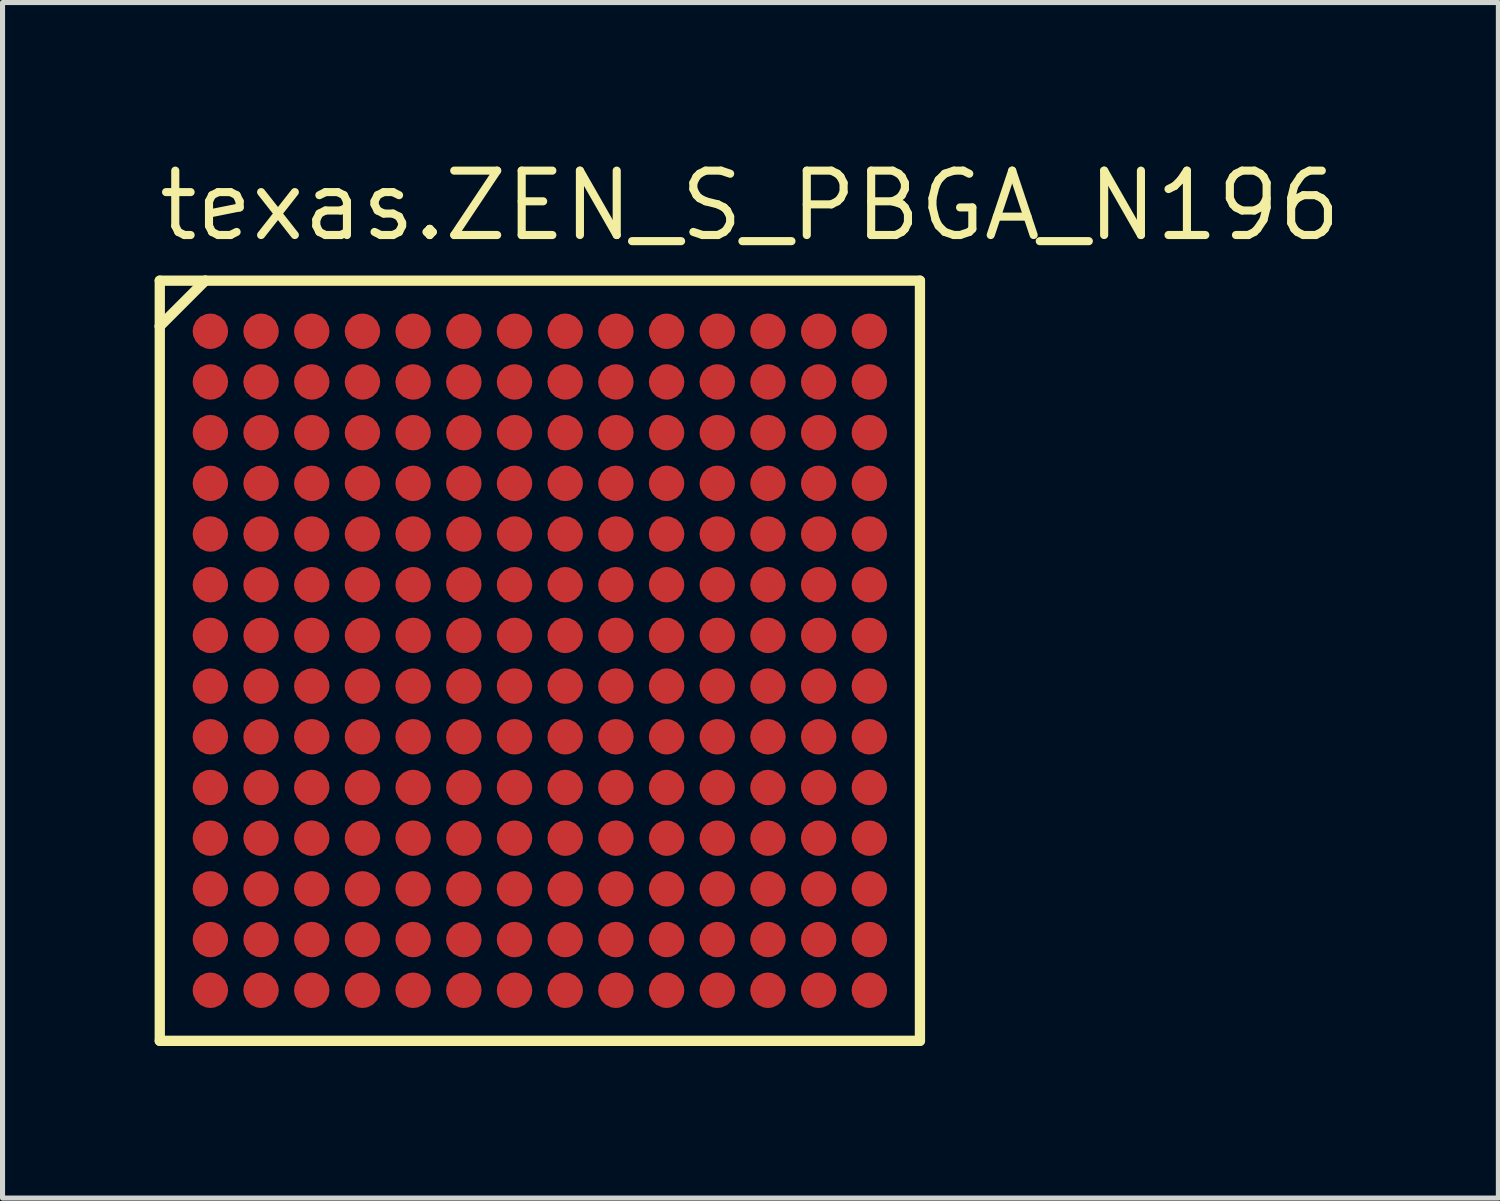
<source format=kicad_pcb>
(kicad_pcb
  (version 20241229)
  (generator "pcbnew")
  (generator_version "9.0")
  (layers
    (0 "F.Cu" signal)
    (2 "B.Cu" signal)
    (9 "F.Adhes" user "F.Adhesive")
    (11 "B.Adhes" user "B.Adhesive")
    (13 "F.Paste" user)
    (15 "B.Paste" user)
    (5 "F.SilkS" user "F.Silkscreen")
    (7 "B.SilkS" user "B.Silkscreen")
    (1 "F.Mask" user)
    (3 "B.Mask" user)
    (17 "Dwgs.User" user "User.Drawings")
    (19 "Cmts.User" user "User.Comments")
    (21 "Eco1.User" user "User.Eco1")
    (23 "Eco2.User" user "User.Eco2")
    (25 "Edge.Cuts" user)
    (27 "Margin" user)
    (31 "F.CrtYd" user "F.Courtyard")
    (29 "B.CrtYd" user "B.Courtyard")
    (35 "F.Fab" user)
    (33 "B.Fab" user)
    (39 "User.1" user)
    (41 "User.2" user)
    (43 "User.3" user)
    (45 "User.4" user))
  (footprint "texas.ZEN_S_PBGA_N196"
    (layer "F.Cu")
    (at 7.6 9.985)
    (property "Reference" "texas.ZEN_S_PBGA_N196" (at -7.6 -8.235 0) (layer "F.SilkS") (effects (font (size 1.27 1.27) (thickness 0.16)) (justify left bottom)))
    (attr smd)
    (fp_circle (center -6.5 -6.5) (end -6.2 -6.5) (stroke (width 0.1) (type default)) (fill no) (layer "F.Mask"))
    (fp_circle (center -6.5 -5.5) (end -6.2 -5.5) (stroke (width 0.1) (type default)) (fill no) (layer "F.Mask"))
    (fp_circle (center -6.5 -4.5) (end -6.2 -4.5) (stroke (width 0.1) (type default)) (fill no) (layer "F.Mask"))
    (fp_circle (center -6.5 -3.5) (end -6.2 -3.5) (stroke (width 0.1) (type default)) (fill no) (layer "F.Mask"))
    (fp_circle (center -6.5 -2.5) (end -6.2 -2.5) (stroke (width 0.1) (type default)) (fill no) (layer "F.Mask"))
    (fp_circle (center -6.5 -1.5) (end -6.2 -1.5) (stroke (width 0.1) (type default)) (fill no) (layer "F.Mask"))
    (fp_circle (center -6.5 -0.5) (end -6.2 -0.5) (stroke (width 0.1) (type default)) (fill no) (layer "F.Mask"))
    (fp_circle (center -6.5 0.5) (end -6.2 0.5) (stroke (width 0.1) (type default)) (fill no) (layer "F.Mask"))
    (fp_circle (center -6.5 1.5) (end -6.2 1.5) (stroke (width 0.1) (type default)) (fill no) (layer "F.Mask"))
    (fp_circle (center -6.5 2.5) (end -6.2 2.5) (stroke (width 0.1) (type default)) (fill no) (layer "F.Mask"))
    (fp_circle (center -6.5 3.5) (end -6.2 3.5) (stroke (width 0.1) (type default)) (fill no) (layer "F.Mask"))
    (fp_circle (center -6.5 4.5) (end -6.2 4.5) (stroke (width 0.1) (type default)) (fill no) (layer "F.Mask"))
    (fp_circle (center -6.5 5.5) (end -6.2 5.5) (stroke (width 0.1) (type default)) (fill no) (layer "F.Mask"))
    (fp_circle (center -6.5 6.5) (end -6.2 6.5) (stroke (width 0.1) (type default)) (fill no) (layer "F.Mask"))
    (fp_circle (center -5.5 -6.5) (end -5.2 -6.5) (stroke (width 0.1) (type default)) (fill no) (layer "F.Mask"))
    (fp_circle (center -5.5 -5.5) (end -5.2 -5.5) (stroke (width 0.1) (type default)) (fill no) (layer "F.Mask"))
    (fp_circle (center -5.5 -4.5) (end -5.2 -4.5) (stroke (width 0.1) (type default)) (fill no) (layer "F.Mask"))
    (fp_circle (center -5.5 -3.5) (end -5.2 -3.5) (stroke (width 0.1) (type default)) (fill no) (layer "F.Mask"))
    (fp_circle (center -5.5 -2.5) (end -5.2 -2.5) (stroke (width 0.1) (type default)) (fill no) (layer "F.Mask"))
    (fp_circle (center -5.5 -1.5) (end -5.2 -1.5) (stroke (width 0.1) (type default)) (fill no) (layer "F.Mask"))
    (fp_circle (center -5.5 -0.5) (end -5.2 -0.5) (stroke (width 0.1) (type default)) (fill no) (layer "F.Mask"))
    (fp_circle (center -5.5 0.5) (end -5.2 0.5) (stroke (width 0.1) (type default)) (fill no) (layer "F.Mask"))
    (fp_circle (center -5.5 1.5) (end -5.2 1.5) (stroke (width 0.1) (type default)) (fill no) (layer "F.Mask"))
    (fp_circle (center -5.5 2.5) (end -5.2 2.5) (stroke (width 0.1) (type default)) (fill no) (layer "F.Mask"))
    (fp_circle (center -5.5 3.5) (end -5.2 3.5) (stroke (width 0.1) (type default)) (fill no) (layer "F.Mask"))
    (fp_circle (center -5.5 4.5) (end -5.2 4.5) (stroke (width 0.1) (type default)) (fill no) (layer "F.Mask"))
    (fp_circle (center -5.5 5.5) (end -5.2 5.5) (stroke (width 0.1) (type default)) (fill no) (layer "F.Mask"))
    (fp_circle (center -5.5 6.5) (end -5.2 6.5) (stroke (width 0.1) (type default)) (fill no) (layer "F.Mask"))
    (fp_circle (center -4.5 -6.5) (end -4.2 -6.5) (stroke (width 0.1) (type default)) (fill no) (layer "F.Mask"))
    (fp_circle (center -4.5 -5.5) (end -4.2 -5.5) (stroke (width 0.1) (type default)) (fill no) (layer "F.Mask"))
    (fp_circle (center -4.5 -4.5) (end -4.2 -4.5) (stroke (width 0.1) (type default)) (fill no) (layer "F.Mask"))
    (fp_circle (center -4.5 -3.5) (end -4.2 -3.5) (stroke (width 0.1) (type default)) (fill no) (layer "F.Mask"))
    (fp_circle (center -4.5 -2.5) (end -4.2 -2.5) (stroke (width 0.1) (type default)) (fill no) (layer "F.Mask"))
    (fp_circle (center -4.5 -1.5) (end -4.2 -1.5) (stroke (width 0.1) (type default)) (fill no) (layer "F.Mask"))
    (fp_circle (center -4.5 -0.5) (end -4.2 -0.5) (stroke (width 0.1) (type default)) (fill no) (layer "F.Mask"))
    (fp_circle (center -4.5 0.5) (end -4.2 0.5) (stroke (width 0.1) (type default)) (fill no) (layer "F.Mask"))
    (fp_circle (center -4.5 1.5) (end -4.2 1.5) (stroke (width 0.1) (type default)) (fill no) (layer "F.Mask"))
    (fp_circle (center -4.5 2.5) (end -4.2 2.5) (stroke (width 0.1) (type default)) (fill no) (layer "F.Mask"))
    (fp_circle (center -4.5 3.5) (end -4.2 3.5) (stroke (width 0.1) (type default)) (fill no) (layer "F.Mask"))
    (fp_circle (center -4.5 4.5) (end -4.2 4.5) (stroke (width 0.1) (type default)) (fill no) (layer "F.Mask"))
    (fp_circle (center -4.5 5.5) (end -4.2 5.5) (stroke (width 0.1) (type default)) (fill no) (layer "F.Mask"))
    (fp_circle (center -4.5 6.5) (end -4.2 6.5) (stroke (width 0.1) (type default)) (fill no) (layer "F.Mask"))
    (fp_circle (center -3.5 -6.5) (end -3.2 -6.5) (stroke (width 0.1) (type default)) (fill no) (layer "F.Mask"))
    (fp_circle (center -3.5 -5.5) (end -3.2 -5.5) (stroke (width 0.1) (type default)) (fill no) (layer "F.Mask"))
    (fp_circle (center -3.5 -4.5) (end -3.2 -4.5) (stroke (width 0.1) (type default)) (fill no) (layer "F.Mask"))
    (fp_circle (center -3.5 -3.5) (end -3.2 -3.5) (stroke (width 0.1) (type default)) (fill no) (layer "F.Mask"))
    (fp_circle (center -3.5 -2.5) (end -3.2 -2.5) (stroke (width 0.1) (type default)) (fill no) (layer "F.Mask"))
    (fp_circle (center -3.5 -1.5) (end -3.2 -1.5) (stroke (width 0.1) (type default)) (fill no) (layer "F.Mask"))
    (fp_circle (center -3.5 -0.5) (end -3.2 -0.5) (stroke (width 0.1) (type default)) (fill no) (layer "F.Mask"))
    (fp_circle (center -3.5 0.5) (end -3.2 0.5) (stroke (width 0.1) (type default)) (fill no) (layer "F.Mask"))
    (fp_circle (center -3.5 1.5) (end -3.2 1.5) (stroke (width 0.1) (type default)) (fill no) (layer "F.Mask"))
    (fp_circle (center -3.5 2.5) (end -3.2 2.5) (stroke (width 0.1) (type default)) (fill no) (layer "F.Mask"))
    (fp_circle (center -3.5 3.5) (end -3.2 3.5) (stroke (width 0.1) (type default)) (fill no) (layer "F.Mask"))
    (fp_circle (center -3.5 4.5) (end -3.2 4.5) (stroke (width 0.1) (type default)) (fill no) (layer "F.Mask"))
    (fp_circle (center -3.5 5.5) (end -3.2 5.5) (stroke (width 0.1) (type default)) (fill no) (layer "F.Mask"))
    (fp_circle (center -3.5 6.5) (end -3.2 6.5) (stroke (width 0.1) (type default)) (fill no) (layer "F.Mask"))
    (fp_circle (center -2.5 -6.5) (end -2.2 -6.5) (stroke (width 0.1) (type default)) (fill no) (layer "F.Mask"))
    (fp_circle (center -2.5 -5.5) (end -2.2 -5.5) (stroke (width 0.1) (type default)) (fill no) (layer "F.Mask"))
    (fp_circle (center -2.5 -4.5) (end -2.2 -4.5) (stroke (width 0.1) (type default)) (fill no) (layer "F.Mask"))
    (fp_circle (center -2.5 -3.5) (end -2.2 -3.5) (stroke (width 0.1) (type default)) (fill no) (layer "F.Mask"))
    (fp_circle (center -2.5 -2.5) (end -2.2 -2.5) (stroke (width 0.1) (type default)) (fill no) (layer "F.Mask"))
    (fp_circle (center -2.5 -1.5) (end -2.2 -1.5) (stroke (width 0.1) (type default)) (fill no) (layer "F.Mask"))
    (fp_circle (center -2.5 -0.5) (end -2.2 -0.5) (stroke (width 0.1) (type default)) (fill no) (layer "F.Mask"))
    (fp_circle (center -2.5 0.5) (end -2.2 0.5) (stroke (width 0.1) (type default)) (fill no) (layer "F.Mask"))
    (fp_circle (center -2.5 1.5) (end -2.2 1.5) (stroke (width 0.1) (type default)) (fill no) (layer "F.Mask"))
    (fp_circle (center -2.5 2.5) (end -2.2 2.5) (stroke (width 0.1) (type default)) (fill no) (layer "F.Mask"))
    (fp_circle (center -2.5 3.5) (end -2.2 3.5) (stroke (width 0.1) (type default)) (fill no) (layer "F.Mask"))
    (fp_circle (center -2.5 4.5) (end -2.2 4.5) (stroke (width 0.1) (type default)) (fill no) (layer "F.Mask"))
    (fp_circle (center -2.5 5.5) (end -2.2 5.5) (stroke (width 0.1) (type default)) (fill no) (layer "F.Mask"))
    (fp_circle (center -2.5 6.5) (end -2.2 6.5) (stroke (width 0.1) (type default)) (fill no) (layer "F.Mask"))
    (fp_circle (center -1.5 -6.5) (end -1.2 -6.5) (stroke (width 0.1) (type default)) (fill no) (layer "F.Mask"))
    (fp_circle (center -1.5 -5.5) (end -1.2 -5.5) (stroke (width 0.1) (type default)) (fill no) (layer "F.Mask"))
    (fp_circle (center -1.5 -4.5) (end -1.2 -4.5) (stroke (width 0.1) (type default)) (fill no) (layer "F.Mask"))
    (fp_circle (center -1.5 -3.5) (end -1.2 -3.5) (stroke (width 0.1) (type default)) (fill no) (layer "F.Mask"))
    (fp_circle (center -1.5 -2.5) (end -1.2 -2.5) (stroke (width 0.1) (type default)) (fill no) (layer "F.Mask"))
    (fp_circle (center -1.5 -1.5) (end -1.2 -1.5) (stroke (width 0.1) (type default)) (fill no) (layer "F.Mask"))
    (fp_circle (center -1.5 -0.5) (end -1.2 -0.5) (stroke (width 0.1) (type default)) (fill no) (layer "F.Mask"))
    (fp_circle (center -1.5 0.5) (end -1.2 0.5) (stroke (width 0.1) (type default)) (fill no) (layer "F.Mask"))
    (fp_circle (center -1.5 1.5) (end -1.2 1.5) (stroke (width 0.1) (type default)) (fill no) (layer "F.Mask"))
    (fp_circle (center -1.5 2.5) (end -1.2 2.5) (stroke (width 0.1) (type default)) (fill no) (layer "F.Mask"))
    (fp_circle (center -1.5 3.5) (end -1.2 3.5) (stroke (width 0.1) (type default)) (fill no) (layer "F.Mask"))
    (fp_circle (center -1.5 4.5) (end -1.2 4.5) (stroke (width 0.1) (type default)) (fill no) (layer "F.Mask"))
    (fp_circle (center -1.5 5.5) (end -1.2 5.5) (stroke (width 0.1) (type default)) (fill no) (layer "F.Mask"))
    (fp_circle (center -1.5 6.5) (end -1.2 6.5) (stroke (width 0.1) (type default)) (fill no) (layer "F.Mask"))
    (fp_circle (center -0.5 -6.5) (end -0.2 -6.5) (stroke (width 0.1) (type default)) (fill no) (layer "F.Mask"))
    (fp_circle (center -0.5 -5.5) (end -0.2 -5.5) (stroke (width 0.1) (type default)) (fill no) (layer "F.Mask"))
    (fp_circle (center -0.5 -4.5) (end -0.2 -4.5) (stroke (width 0.1) (type default)) (fill no) (layer "F.Mask"))
    (fp_circle (center -0.5 -3.5) (end -0.2 -3.5) (stroke (width 0.1) (type default)) (fill no) (layer "F.Mask"))
    (fp_circle (center -0.5 -2.5) (end -0.2 -2.5) (stroke (width 0.1) (type default)) (fill no) (layer "F.Mask"))
    (fp_circle (center -0.5 -1.5) (end -0.2 -1.5) (stroke (width 0.1) (type default)) (fill no) (layer "F.Mask"))
    (fp_circle (center -0.5 -0.5) (end -0.2 -0.5) (stroke (width 0.1) (type default)) (fill no) (layer "F.Mask"))
    (fp_circle (center -0.5 0.5) (end -0.2 0.5) (stroke (width 0.1) (type default)) (fill no) (layer "F.Mask"))
    (fp_circle (center -0.5 1.5) (end -0.2 1.5) (stroke (width 0.1) (type default)) (fill no) (layer "F.Mask"))
    (fp_circle (center -0.5 2.5) (end -0.2 2.5) (stroke (width 0.1) (type default)) (fill no) (layer "F.Mask"))
    (fp_circle (center -0.5 3.5) (end -0.2 3.5) (stroke (width 0.1) (type default)) (fill no) (layer "F.Mask"))
    (fp_circle (center -0.5 4.5) (end -0.2 4.5) (stroke (width 0.1) (type default)) (fill no) (layer "F.Mask"))
    (fp_circle (center -0.5 5.5) (end -0.2 5.5) (stroke (width 0.1) (type default)) (fill no) (layer "F.Mask"))
    (fp_circle (center -0.5 6.5) (end -0.2 6.5) (stroke (width 0.1) (type default)) (fill no) (layer "F.Mask"))
    (fp_circle (center 0.5 -6.5) (end 0.8 -6.5) (stroke (width 0.1) (type default)) (fill no) (layer "F.Mask"))
    (fp_circle (center 0.5 -5.5) (end 0.8 -5.5) (stroke (width 0.1) (type default)) (fill no) (layer "F.Mask"))
    (fp_circle (center 0.5 -4.5) (end 0.8 -4.5) (stroke (width 0.1) (type default)) (fill no) (layer "F.Mask"))
    (fp_circle (center 0.5 -3.5) (end 0.8 -3.5) (stroke (width 0.1) (type default)) (fill no) (layer "F.Mask"))
    (fp_circle (center 0.5 -2.5) (end 0.8 -2.5) (stroke (width 0.1) (type default)) (fill no) (layer "F.Mask"))
    (fp_circle (center 0.5 -1.5) (end 0.8 -1.5) (stroke (width 0.1) (type default)) (fill no) (layer "F.Mask"))
    (fp_circle (center 0.5 -0.5) (end 0.8 -0.5) (stroke (width 0.1) (type default)) (fill no) (layer "F.Mask"))
    (fp_circle (center 0.5 0.5) (end 0.8 0.5) (stroke (width 0.1) (type default)) (fill no) (layer "F.Mask"))
    (fp_circle (center 0.5 1.5) (end 0.8 1.5) (stroke (width 0.1) (type default)) (fill no) (layer "F.Mask"))
    (fp_circle (center 0.5 2.5) (end 0.8 2.5) (stroke (width 0.1) (type default)) (fill no) (layer "F.Mask"))
    (fp_circle (center 0.5 3.5) (end 0.8 3.5) (stroke (width 0.1) (type default)) (fill no) (layer "F.Mask"))
    (fp_circle (center 0.5 4.5) (end 0.8 4.5) (stroke (width 0.1) (type default)) (fill no) (layer "F.Mask"))
    (fp_circle (center 0.5 5.5) (end 0.8 5.5) (stroke (width 0.1) (type default)) (fill no) (layer "F.Mask"))
    (fp_circle (center 0.5 6.5) (end 0.8 6.5) (stroke (width 0.1) (type default)) (fill no) (layer "F.Mask"))
    (fp_circle (center 1.5 -6.5) (end 1.8 -6.5) (stroke (width 0.1) (type default)) (fill no) (layer "F.Mask"))
    (fp_circle (center 1.5 -5.5) (end 1.8 -5.5) (stroke (width 0.1) (type default)) (fill no) (layer "F.Mask"))
    (fp_circle (center 1.5 -4.5) (end 1.8 -4.5) (stroke (width 0.1) (type default)) (fill no) (layer "F.Mask"))
    (fp_circle (center 1.5 -3.5) (end 1.8 -3.5) (stroke (width 0.1) (type default)) (fill no) (layer "F.Mask"))
    (fp_circle (center 1.5 -2.5) (end 1.8 -2.5) (stroke (width 0.1) (type default)) (fill no) (layer "F.Mask"))
    (fp_circle (center 1.5 -1.5) (end 1.8 -1.5) (stroke (width 0.1) (type default)) (fill no) (layer "F.Mask"))
    (fp_circle (center 1.5 -0.5) (end 1.8 -0.5) (stroke (width 0.1) (type default)) (fill no) (layer "F.Mask"))
    (fp_circle (center 1.5 0.5) (end 1.8 0.5) (stroke (width 0.1) (type default)) (fill no) (layer "F.Mask"))
    (fp_circle (center 1.5 1.5) (end 1.8 1.5) (stroke (width 0.1) (type default)) (fill no) (layer "F.Mask"))
    (fp_circle (center 1.5 2.5) (end 1.8 2.5) (stroke (width 0.1) (type default)) (fill no) (layer "F.Mask"))
    (fp_circle (center 1.5 3.5) (end 1.8 3.5) (stroke (width 0.1) (type default)) (fill no) (layer "F.Mask"))
    (fp_circle (center 1.5 4.5) (end 1.8 4.5) (stroke (width 0.1) (type default)) (fill no) (layer "F.Mask"))
    (fp_circle (center 1.5 5.5) (end 1.8 5.5) (stroke (width 0.1) (type default)) (fill no) (layer "F.Mask"))
    (fp_circle (center 1.5 6.5) (end 1.8 6.5) (stroke (width 0.1) (type default)) (fill no) (layer "F.Mask"))
    (fp_circle (center 2.5 -6.5) (end 2.8 -6.5) (stroke (width 0.1) (type default)) (fill no) (layer "F.Mask"))
    (fp_circle (center 2.5 -5.5) (end 2.8 -5.5) (stroke (width 0.1) (type default)) (fill no) (layer "F.Mask"))
    (fp_circle (center 2.5 -4.5) (end 2.8 -4.5) (stroke (width 0.1) (type default)) (fill no) (layer "F.Mask"))
    (fp_circle (center 2.5 -3.5) (end 2.8 -3.5) (stroke (width 0.1) (type default)) (fill no) (layer "F.Mask"))
    (fp_circle (center 2.5 -2.5) (end 2.8 -2.5) (stroke (width 0.1) (type default)) (fill no) (layer "F.Mask"))
    (fp_circle (center 2.5 -1.5) (end 2.8 -1.5) (stroke (width 0.1) (type default)) (fill no) (layer "F.Mask"))
    (fp_circle (center 2.5 -0.5) (end 2.8 -0.5) (stroke (width 0.1) (type default)) (fill no) (layer "F.Mask"))
    (fp_circle (center 2.5 0.5) (end 2.8 0.5) (stroke (width 0.1) (type default)) (fill no) (layer "F.Mask"))
    (fp_circle (center 2.5 1.5) (end 2.8 1.5) (stroke (width 0.1) (type default)) (fill no) (layer "F.Mask"))
    (fp_circle (center 2.5 2.5) (end 2.8 2.5) (stroke (width 0.1) (type default)) (fill no) (layer "F.Mask"))
    (fp_circle (center 2.5 3.5) (end 2.8 3.5) (stroke (width 0.1) (type default)) (fill no) (layer "F.Mask"))
    (fp_circle (center 2.5 4.5) (end 2.8 4.5) (stroke (width 0.1) (type default)) (fill no) (layer "F.Mask"))
    (fp_circle (center 2.5 5.5) (end 2.8 5.5) (stroke (width 0.1) (type default)) (fill no) (layer "F.Mask"))
    (fp_circle (center 2.5 6.5) (end 2.8 6.5) (stroke (width 0.1) (type default)) (fill no) (layer "F.Mask"))
    (fp_circle (center 3.5 -6.5) (end 3.8 -6.5) (stroke (width 0.1) (type default)) (fill no) (layer "F.Mask"))
    (fp_circle (center 3.5 -5.5) (end 3.8 -5.5) (stroke (width 0.1) (type default)) (fill no) (layer "F.Mask"))
    (fp_circle (center 3.5 -4.5) (end 3.8 -4.5) (stroke (width 0.1) (type default)) (fill no) (layer "F.Mask"))
    (fp_circle (center 3.5 -3.5) (end 3.8 -3.5) (stroke (width 0.1) (type default)) (fill no) (layer "F.Mask"))
    (fp_circle (center 3.5 -2.5) (end 3.8 -2.5) (stroke (width 0.1) (type default)) (fill no) (layer "F.Mask"))
    (fp_circle (center 3.5 -1.5) (end 3.8 -1.5) (stroke (width 0.1) (type default)) (fill no) (layer "F.Mask"))
    (fp_circle (center 3.5 -0.5) (end 3.8 -0.5) (stroke (width 0.1) (type default)) (fill no) (layer "F.Mask"))
    (fp_circle (center 3.5 0.5) (end 3.8 0.5) (stroke (width 0.1) (type default)) (fill no) (layer "F.Mask"))
    (fp_circle (center 3.5 1.5) (end 3.8 1.5) (stroke (width 0.1) (type default)) (fill no) (layer "F.Mask"))
    (fp_circle (center 3.5 2.5) (end 3.8 2.5) (stroke (width 0.1) (type default)) (fill no) (layer "F.Mask"))
    (fp_circle (center 3.5 3.5) (end 3.8 3.5) (stroke (width 0.1) (type default)) (fill no) (layer "F.Mask"))
    (fp_circle (center 3.5 4.5) (end 3.8 4.5) (stroke (width 0.1) (type default)) (fill no) (layer "F.Mask"))
    (fp_circle (center 3.5 5.5) (end 3.8 5.5) (stroke (width 0.1) (type default)) (fill no) (layer "F.Mask"))
    (fp_circle (center 3.5 6.5) (end 3.8 6.5) (stroke (width 0.1) (type default)) (fill no) (layer "F.Mask"))
    (fp_circle (center 4.5 -6.5) (end 4.8 -6.5) (stroke (width 0.1) (type default)) (fill no) (layer "F.Mask"))
    (fp_circle (center 4.5 -5.5) (end 4.8 -5.5) (stroke (width 0.1) (type default)) (fill no) (layer "F.Mask"))
    (fp_circle (center 4.5 -4.5) (end 4.8 -4.5) (stroke (width 0.1) (type default)) (fill no) (layer "F.Mask"))
    (fp_circle (center 4.5 -3.5) (end 4.8 -3.5) (stroke (width 0.1) (type default)) (fill no) (layer "F.Mask"))
    (fp_circle (center 4.5 -2.5) (end 4.8 -2.5) (stroke (width 0.1) (type default)) (fill no) (layer "F.Mask"))
    (fp_circle (center 4.5 -1.5) (end 4.8 -1.5) (stroke (width 0.1) (type default)) (fill no) (layer "F.Mask"))
    (fp_circle (center 4.5 -0.5) (end 4.8 -0.5) (stroke (width 0.1) (type default)) (fill no) (layer "F.Mask"))
    (fp_circle (center 4.5 0.5) (end 4.8 0.5) (stroke (width 0.1) (type default)) (fill no) (layer "F.Mask"))
    (fp_circle (center 4.5 1.5) (end 4.8 1.5) (stroke (width 0.1) (type default)) (fill no) (layer "F.Mask"))
    (fp_circle (center 4.5 2.5) (end 4.8 2.5) (stroke (width 0.1) (type default)) (fill no) (layer "F.Mask"))
    (fp_circle (center 4.5 3.5) (end 4.8 3.5) (stroke (width 0.1) (type default)) (fill no) (layer "F.Mask"))
    (fp_circle (center 4.5 4.5) (end 4.8 4.5) (stroke (width 0.1) (type default)) (fill no) (layer "F.Mask"))
    (fp_circle (center 4.5 5.5) (end 4.8 5.5) (stroke (width 0.1) (type default)) (fill no) (layer "F.Mask"))
    (fp_circle (center 4.5 6.5) (end 4.8 6.5) (stroke (width 0.1) (type default)) (fill no) (layer "F.Mask"))
    (fp_circle (center 5.5 -6.5) (end 5.8 -6.5) (stroke (width 0.1) (type default)) (fill no) (layer "F.Mask"))
    (fp_circle (center 5.5 -5.5) (end 5.8 -5.5) (stroke (width 0.1) (type default)) (fill no) (layer "F.Mask"))
    (fp_circle (center 5.5 -4.5) (end 5.8 -4.5) (stroke (width 0.1) (type default)) (fill no) (layer "F.Mask"))
    (fp_circle (center 5.5 -3.5) (end 5.8 -3.5) (stroke (width 0.1) (type default)) (fill no) (layer "F.Mask"))
    (fp_circle (center 5.5 -2.5) (end 5.8 -2.5) (stroke (width 0.1) (type default)) (fill no) (layer "F.Mask"))
    (fp_circle (center 5.5 -1.5) (end 5.8 -1.5) (stroke (width 0.1) (type default)) (fill no) (layer "F.Mask"))
    (fp_circle (center 5.5 -0.5) (end 5.8 -0.5) (stroke (width 0.1) (type default)) (fill no) (layer "F.Mask"))
    (fp_circle (center 5.5 0.5) (end 5.8 0.5) (stroke (width 0.1) (type default)) (fill no) (layer "F.Mask"))
    (fp_circle (center 5.5 1.5) (end 5.8 1.5) (stroke (width 0.1) (type default)) (fill no) (layer "F.Mask"))
    (fp_circle (center 5.5 2.5) (end 5.8 2.5) (stroke (width 0.1) (type default)) (fill no) (layer "F.Mask"))
    (fp_circle (center 5.5 3.5) (end 5.8 3.5) (stroke (width 0.1) (type default)) (fill no) (layer "F.Mask"))
    (fp_circle (center 5.5 4.5) (end 5.8 4.5) (stroke (width 0.1) (type default)) (fill no) (layer "F.Mask"))
    (fp_circle (center 5.5 5.5) (end 5.8 5.5) (stroke (width 0.1) (type default)) (fill no) (layer "F.Mask"))
    (fp_circle (center 5.5 6.5) (end 5.8 6.5) (stroke (width 0.1) (type default)) (fill no) (layer "F.Mask"))
    (fp_circle (center 6.5 -6.5) (end 6.8 -6.5) (stroke (width 0.1) (type default)) (fill no) (layer "F.Mask"))
    (fp_circle (center 6.5 -5.5) (end 6.8 -5.5) (stroke (width 0.1) (type default)) (fill no) (layer "F.Mask"))
    (fp_circle (center 6.5 -4.5) (end 6.8 -4.5) (stroke (width 0.1) (type default)) (fill no) (layer "F.Mask"))
    (fp_circle (center 6.5 -3.5) (end 6.8 -3.5) (stroke (width 0.1) (type default)) (fill no) (layer "F.Mask"))
    (fp_circle (center 6.5 -2.5) (end 6.8 -2.5) (stroke (width 0.1) (type default)) (fill no) (layer "F.Mask"))
    (fp_circle (center 6.5 -1.5) (end 6.8 -1.5) (stroke (width 0.1) (type default)) (fill no) (layer "F.Mask"))
    (fp_circle (center 6.5 -0.5) (end 6.8 -0.5) (stroke (width 0.1) (type default)) (fill no) (layer "F.Mask"))
    (fp_circle (center 6.5 0.5) (end 6.8 0.5) (stroke (width 0.1) (type default)) (fill no) (layer "F.Mask"))
    (fp_circle (center 6.5 1.5) (end 6.8 1.5) (stroke (width 0.1) (type default)) (fill no) (layer "F.Mask"))
    (fp_circle (center 6.5 2.5) (end 6.8 2.5) (stroke (width 0.1) (type default)) (fill no) (layer "F.Mask"))
    (fp_circle (center 6.5 3.5) (end 6.8 3.5) (stroke (width 0.1) (type default)) (fill no) (layer "F.Mask"))
    (fp_circle (center 6.5 4.5) (end 6.8 4.5) (stroke (width 0.1) (type default)) (fill no) (layer "F.Mask"))
    (fp_circle (center 6.5 5.5) (end 6.8 5.5) (stroke (width 0.1) (type default)) (fill no) (layer "F.Mask"))
    (fp_circle (center 6.5 6.5) (end 6.8 6.5) (stroke (width 0.1) (type default)) (fill no) (layer "F.Mask"))
    (fp_line (start -7.498 -7.498) (end -7.498 -6.6) (stroke (width 0.203) (type default)) (layer "F.SilkS"))
    (fp_line (start -7.498 -6.6) (end -7.498 7.498) (stroke (width 0.203) (type default)) (layer "F.SilkS"))
    (fp_line (start -7.498 -6.6) (end -6.6 -7.498) (stroke (width 0.203) (type default)) (layer "F.SilkS"))
    (fp_line (start -7.498 7.498) (end 7.498 7.498) (stroke (width 0.203) (type default)) (layer "F.SilkS"))
    (fp_line (start -6.6 -7.498) (end -7.498 -7.498) (stroke (width 0.203) (type default)) (layer "F.SilkS"))
    (fp_line (start 7.498 -7.498) (end -6.6 -7.498) (stroke (width 0.203) (type default)) (layer "F.SilkS"))
    (fp_line (start 7.498 7.498) (end 7.498 -7.498) (stroke (width 0.203) (type default)) (layer "F.SilkS"))
    (pad "A1" smd roundrect (at -6.5 -6.5) (size 0.7 0.7) (layers "F.Cu" "F.Mask" "F.Paste") (roundrect_rratio 0.5))
    (pad "A2" smd roundrect (at -5.5 -6.5) (size 0.7 0.7) (layers "F.Cu" "F.Mask" "F.Paste") (roundrect_rratio 0.5))
    (pad "A3" smd roundrect (at -4.5 -6.5) (size 0.7 0.7) (layers "F.Cu" "F.Mask" "F.Paste") (roundrect_rratio 0.5))
    (pad "A4" smd roundrect (at -3.5 -6.5) (size 0.7 0.7) (layers "F.Cu" "F.Mask" "F.Paste") (roundrect_rratio 0.5))
    (pad "A5" smd roundrect (at -2.5 -6.5) (size 0.7 0.7) (layers "F.Cu" "F.Mask" "F.Paste") (roundrect_rratio 0.5))
    (pad "A6" smd roundrect (at -1.5 -6.5) (size 0.7 0.7) (layers "F.Cu" "F.Mask" "F.Paste") (roundrect_rratio 0.5))
    (pad "A7" smd roundrect (at -0.5 -6.5) (size 0.7 0.7) (layers "F.Cu" "F.Mask" "F.Paste") (roundrect_rratio 0.5))
    (pad "A8" smd roundrect (at 0.5 -6.5) (size 0.7 0.7) (layers "F.Cu" "F.Mask" "F.Paste") (roundrect_rratio 0.5))
    (pad "A9" smd roundrect (at 1.5 -6.5) (size 0.7 0.7) (layers "F.Cu" "F.Mask" "F.Paste") (roundrect_rratio 0.5))
    (pad "A10" smd roundrect (at 2.5 -6.5) (size 0.7 0.7) (layers "F.Cu" "F.Mask" "F.Paste") (roundrect_rratio 0.5))
    (pad "A11" smd roundrect (at 3.5 -6.5) (size 0.7 0.7) (layers "F.Cu" "F.Mask" "F.Paste") (roundrect_rratio 0.5))
    (pad "A12" smd roundrect (at 4.5 -6.5) (size 0.7 0.7) (layers "F.Cu" "F.Mask" "F.Paste") (roundrect_rratio 0.5))
    (pad "A13" smd roundrect (at 5.5 -6.5) (size 0.7 0.7) (layers "F.Cu" "F.Mask" "F.Paste") (roundrect_rratio 0.5))
    (pad "A14" smd roundrect (at 6.5 -6.5) (size 0.7 0.7) (layers "F.Cu" "F.Mask" "F.Paste") (roundrect_rratio 0.5))
    (pad "B1" smd roundrect (at -6.5 -5.5) (size 0.7 0.7) (layers "F.Cu" "F.Mask" "F.Paste") (roundrect_rratio 0.5))
    (pad "B2" smd roundrect (at -5.5 -5.5) (size 0.7 0.7) (layers "F.Cu" "F.Mask" "F.Paste") (roundrect_rratio 0.5))
    (pad "B3" smd roundrect (at -4.5 -5.5) (size 0.7 0.7) (layers "F.Cu" "F.Mask" "F.Paste") (roundrect_rratio 0.5))
    (pad "B4" smd roundrect (at -3.5 -5.5) (size 0.7 0.7) (layers "F.Cu" "F.Mask" "F.Paste") (roundrect_rratio 0.5))
    (pad "B5" smd roundrect (at -2.5 -5.5) (size 0.7 0.7) (layers "F.Cu" "F.Mask" "F.Paste") (roundrect_rratio 0.5))
    (pad "B6" smd roundrect (at -1.5 -5.5) (size 0.7 0.7) (layers "F.Cu" "F.Mask" "F.Paste") (roundrect_rratio 0.5))
    (pad "B7" smd roundrect (at -0.5 -5.5) (size 0.7 0.7) (layers "F.Cu" "F.Mask" "F.Paste") (roundrect_rratio 0.5))
    (pad "B8" smd roundrect (at 0.5 -5.5) (size 0.7 0.7) (layers "F.Cu" "F.Mask" "F.Paste") (roundrect_rratio 0.5))
    (pad "B9" smd roundrect (at 1.5 -5.5) (size 0.7 0.7) (layers "F.Cu" "F.Mask" "F.Paste") (roundrect_rratio 0.5))
    (pad "B10" smd roundrect (at 2.5 -5.5) (size 0.7 0.7) (layers "F.Cu" "F.Mask" "F.Paste") (roundrect_rratio 0.5))
    (pad "B11" smd roundrect (at 3.5 -5.5) (size 0.7 0.7) (layers "F.Cu" "F.Mask" "F.Paste") (roundrect_rratio 0.5))
    (pad "B12" smd roundrect (at 4.5 -5.5) (size 0.7 0.7) (layers "F.Cu" "F.Mask" "F.Paste") (roundrect_rratio 0.5))
    (pad "B13" smd roundrect (at 5.5 -5.5) (size 0.7 0.7) (layers "F.Cu" "F.Mask" "F.Paste") (roundrect_rratio 0.5))
    (pad "B14" smd roundrect (at 6.5 -5.5) (size 0.7 0.7) (layers "F.Cu" "F.Mask" "F.Paste") (roundrect_rratio 0.5))
    (pad "C1" smd roundrect (at -6.5 -4.5) (size 0.7 0.7) (layers "F.Cu" "F.Mask" "F.Paste") (roundrect_rratio 0.5))
    (pad "C2" smd roundrect (at -5.5 -4.5) (size 0.7 0.7) (layers "F.Cu" "F.Mask" "F.Paste") (roundrect_rratio 0.5))
    (pad "C3" smd roundrect (at -4.5 -4.5) (size 0.7 0.7) (layers "F.Cu" "F.Mask" "F.Paste") (roundrect_rratio 0.5))
    (pad "C4" smd roundrect (at -3.5 -4.5) (size 0.7 0.7) (layers "F.Cu" "F.Mask" "F.Paste") (roundrect_rratio 0.5))
    (pad "C5" smd roundrect (at -2.5 -4.5) (size 0.7 0.7) (layers "F.Cu" "F.Mask" "F.Paste") (roundrect_rratio 0.5))
    (pad "C6" smd roundrect (at -1.5 -4.5) (size 0.7 0.7) (layers "F.Cu" "F.Mask" "F.Paste") (roundrect_rratio 0.5))
    (pad "C7" smd roundrect (at -0.5 -4.5) (size 0.7 0.7) (layers "F.Cu" "F.Mask" "F.Paste") (roundrect_rratio 0.5))
    (pad "C8" smd roundrect (at 0.5 -4.5) (size 0.7 0.7) (layers "F.Cu" "F.Mask" "F.Paste") (roundrect_rratio 0.5))
    (pad "C9" smd roundrect (at 1.5 -4.5) (size 0.7 0.7) (layers "F.Cu" "F.Mask" "F.Paste") (roundrect_rratio 0.5))
    (pad "C10" smd roundrect (at 2.5 -4.5) (size 0.7 0.7) (layers "F.Cu" "F.Mask" "F.Paste") (roundrect_rratio 0.5))
    (pad "C11" smd roundrect (at 3.5 -4.5) (size 0.7 0.7) (layers "F.Cu" "F.Mask" "F.Paste") (roundrect_rratio 0.5))
    (pad "C12" smd roundrect (at 4.5 -4.5) (size 0.7 0.7) (layers "F.Cu" "F.Mask" "F.Paste") (roundrect_rratio 0.5))
    (pad "C13" smd roundrect (at 5.5 -4.5) (size 0.7 0.7) (layers "F.Cu" "F.Mask" "F.Paste") (roundrect_rratio 0.5))
    (pad "C14" smd roundrect (at 6.5 -4.5) (size 0.7 0.7) (layers "F.Cu" "F.Mask" "F.Paste") (roundrect_rratio 0.5))
    (pad "D1" smd roundrect (at -6.5 -3.5) (size 0.7 0.7) (layers "F.Cu" "F.Mask" "F.Paste") (roundrect_rratio 0.5))
    (pad "D2" smd roundrect (at -5.5 -3.5) (size 0.7 0.7) (layers "F.Cu" "F.Mask" "F.Paste") (roundrect_rratio 0.5))
    (pad "D3" smd roundrect (at -4.5 -3.5) (size 0.7 0.7) (layers "F.Cu" "F.Mask" "F.Paste") (roundrect_rratio 0.5))
    (pad "D4" smd roundrect (at -3.5 -3.5) (size 0.7 0.7) (layers "F.Cu" "F.Mask" "F.Paste") (roundrect_rratio 0.5))
    (pad "D5" smd roundrect (at -2.5 -3.5) (size 0.7 0.7) (layers "F.Cu" "F.Mask" "F.Paste") (roundrect_rratio 0.5))
    (pad "D6" smd roundrect (at -1.5 -3.5) (size 0.7 0.7) (layers "F.Cu" "F.Mask" "F.Paste") (roundrect_rratio 0.5))
    (pad "D7" smd roundrect (at -0.5 -3.5) (size 0.7 0.7) (layers "F.Cu" "F.Mask" "F.Paste") (roundrect_rratio 0.5))
    (pad "D8" smd roundrect (at 0.5 -3.5) (size 0.7 0.7) (layers "F.Cu" "F.Mask" "F.Paste") (roundrect_rratio 0.5))
    (pad "D9" smd roundrect (at 1.5 -3.5) (size 0.7 0.7) (layers "F.Cu" "F.Mask" "F.Paste") (roundrect_rratio 0.5))
    (pad "D10" smd roundrect (at 2.5 -3.5) (size 0.7 0.7) (layers "F.Cu" "F.Mask" "F.Paste") (roundrect_rratio 0.5))
    (pad "D11" smd roundrect (at 3.5 -3.5) (size 0.7 0.7) (layers "F.Cu" "F.Mask" "F.Paste") (roundrect_rratio 0.5))
    (pad "D12" smd roundrect (at 4.5 -3.5) (size 0.7 0.7) (layers "F.Cu" "F.Mask" "F.Paste") (roundrect_rratio 0.5))
    (pad "D13" smd roundrect (at 5.5 -3.5) (size 0.7 0.7) (layers "F.Cu" "F.Mask" "F.Paste") (roundrect_rratio 0.5))
    (pad "D14" smd roundrect (at 6.5 -3.5) (size 0.7 0.7) (layers "F.Cu" "F.Mask" "F.Paste") (roundrect_rratio 0.5))
    (pad "E1" smd roundrect (at -6.5 -2.5) (size 0.7 0.7) (layers "F.Cu" "F.Mask" "F.Paste") (roundrect_rratio 0.5))
    (pad "E2" smd roundrect (at -5.5 -2.5) (size 0.7 0.7) (layers "F.Cu" "F.Mask" "F.Paste") (roundrect_rratio 0.5))
    (pad "E3" smd roundrect (at -4.5 -2.5) (size 0.7 0.7) (layers "F.Cu" "F.Mask" "F.Paste") (roundrect_rratio 0.5))
    (pad "E4" smd roundrect (at -3.5 -2.5) (size 0.7 0.7) (layers "F.Cu" "F.Mask" "F.Paste") (roundrect_rratio 0.5))
    (pad "E5" smd roundrect (at -2.5 -2.5) (size 0.7 0.7) (layers "F.Cu" "F.Mask" "F.Paste") (roundrect_rratio 0.5))
    (pad "E6" smd roundrect (at -1.5 -2.5) (size 0.7 0.7) (layers "F.Cu" "F.Mask" "F.Paste") (roundrect_rratio 0.5))
    (pad "E7" smd roundrect (at -0.5 -2.5) (size 0.7 0.7) (layers "F.Cu" "F.Mask" "F.Paste") (roundrect_rratio 0.5))
    (pad "E8" smd roundrect (at 0.5 -2.5) (size 0.7 0.7) (layers "F.Cu" "F.Mask" "F.Paste") (roundrect_rratio 0.5))
    (pad "E9" smd roundrect (at 1.5 -2.5) (size 0.7 0.7) (layers "F.Cu" "F.Mask" "F.Paste") (roundrect_rratio 0.5))
    (pad "E10" smd roundrect (at 2.5 -2.5) (size 0.7 0.7) (layers "F.Cu" "F.Mask" "F.Paste") (roundrect_rratio 0.5))
    (pad "E11" smd roundrect (at 3.5 -2.5) (size 0.7 0.7) (layers "F.Cu" "F.Mask" "F.Paste") (roundrect_rratio 0.5))
    (pad "E12" smd roundrect (at 4.5 -2.5) (size 0.7 0.7) (layers "F.Cu" "F.Mask" "F.Paste") (roundrect_rratio 0.5))
    (pad "E13" smd roundrect (at 5.5 -2.5) (size 0.7 0.7) (layers "F.Cu" "F.Mask" "F.Paste") (roundrect_rratio 0.5))
    (pad "E14" smd roundrect (at 6.5 -2.5) (size 0.7 0.7) (layers "F.Cu" "F.Mask" "F.Paste") (roundrect_rratio 0.5))
    (pad "F1" smd roundrect (at -6.5 -1.5) (size 0.7 0.7) (layers "F.Cu" "F.Mask" "F.Paste") (roundrect_rratio 0.5))
    (pad "F2" smd roundrect (at -5.5 -1.5) (size 0.7 0.7) (layers "F.Cu" "F.Mask" "F.Paste") (roundrect_rratio 0.5))
    (pad "F3" smd roundrect (at -4.5 -1.5) (size 0.7 0.7) (layers "F.Cu" "F.Mask" "F.Paste") (roundrect_rratio 0.5))
    (pad "F4" smd roundrect (at -3.5 -1.5) (size 0.7 0.7) (layers "F.Cu" "F.Mask" "F.Paste") (roundrect_rratio 0.5))
    (pad "F5" smd roundrect (at -2.5 -1.5) (size 0.7 0.7) (layers "F.Cu" "F.Mask" "F.Paste") (roundrect_rratio 0.5))
    (pad "F6" smd roundrect (at -1.5 -1.5) (size 0.7 0.7) (layers "F.Cu" "F.Mask" "F.Paste") (roundrect_rratio 0.5))
    (pad "F7" smd roundrect (at -0.5 -1.5) (size 0.7 0.7) (layers "F.Cu" "F.Mask" "F.Paste") (roundrect_rratio 0.5))
    (pad "F8" smd roundrect (at 0.5 -1.5) (size 0.7 0.7) (layers "F.Cu" "F.Mask" "F.Paste") (roundrect_rratio 0.5))
    (pad "F9" smd roundrect (at 1.5 -1.5) (size 0.7 0.7) (layers "F.Cu" "F.Mask" "F.Paste") (roundrect_rratio 0.5))
    (pad "F10" smd roundrect (at 2.5 -1.5) (size 0.7 0.7) (layers "F.Cu" "F.Mask" "F.Paste") (roundrect_rratio 0.5))
    (pad "F11" smd roundrect (at 3.5 -1.5) (size 0.7 0.7) (layers "F.Cu" "F.Mask" "F.Paste") (roundrect_rratio 0.5))
    (pad "F12" smd roundrect (at 4.5 -1.5) (size 0.7 0.7) (layers "F.Cu" "F.Mask" "F.Paste") (roundrect_rratio 0.5))
    (pad "F13" smd roundrect (at 5.5 -1.5) (size 0.7 0.7) (layers "F.Cu" "F.Mask" "F.Paste") (roundrect_rratio 0.5))
    (pad "F14" smd roundrect (at 6.5 -1.5) (size 0.7 0.7) (layers "F.Cu" "F.Mask" "F.Paste") (roundrect_rratio 0.5))
    (pad "G1" smd roundrect (at -6.5 -0.5) (size 0.7 0.7) (layers "F.Cu" "F.Mask" "F.Paste") (roundrect_rratio 0.5))
    (pad "G2" smd roundrect (at -5.5 -0.5) (size 0.7 0.7) (layers "F.Cu" "F.Mask" "F.Paste") (roundrect_rratio 0.5))
    (pad "G3" smd roundrect (at -4.5 -0.5) (size 0.7 0.7) (layers "F.Cu" "F.Mask" "F.Paste") (roundrect_rratio 0.5))
    (pad "G4" smd roundrect (at -3.5 -0.5) (size 0.7 0.7) (layers "F.Cu" "F.Mask" "F.Paste") (roundrect_rratio 0.5))
    (pad "G5" smd roundrect (at -2.5 -0.5) (size 0.7 0.7) (layers "F.Cu" "F.Mask" "F.Paste") (roundrect_rratio 0.5))
    (pad "G6" smd roundrect (at -1.5 -0.5) (size 0.7 0.7) (layers "F.Cu" "F.Mask" "F.Paste") (roundrect_rratio 0.5))
    (pad "G7" smd roundrect (at -0.5 -0.5) (size 0.7 0.7) (layers "F.Cu" "F.Mask" "F.Paste") (roundrect_rratio 0.5))
    (pad "G8" smd roundrect (at 0.5 -0.5) (size 0.7 0.7) (layers "F.Cu" "F.Mask" "F.Paste") (roundrect_rratio 0.5))
    (pad "G9" smd roundrect (at 1.5 -0.5) (size 0.7 0.7) (layers "F.Cu" "F.Mask" "F.Paste") (roundrect_rratio 0.5))
    (pad "G10" smd roundrect (at 2.5 -0.5) (size 0.7 0.7) (layers "F.Cu" "F.Mask" "F.Paste") (roundrect_rratio 0.5))
    (pad "G11" smd roundrect (at 3.5 -0.5) (size 0.7 0.7) (layers "F.Cu" "F.Mask" "F.Paste") (roundrect_rratio 0.5))
    (pad "G12" smd roundrect (at 4.5 -0.5) (size 0.7 0.7) (layers "F.Cu" "F.Mask" "F.Paste") (roundrect_rratio 0.5))
    (pad "G13" smd roundrect (at 5.5 -0.5) (size 0.7 0.7) (layers "F.Cu" "F.Mask" "F.Paste") (roundrect_rratio 0.5))
    (pad "G14" smd roundrect (at 6.5 -0.5) (size 0.7 0.7) (layers "F.Cu" "F.Mask" "F.Paste") (roundrect_rratio 0.5))
    (pad "H1" smd roundrect (at -6.5 0.5) (size 0.7 0.7) (layers "F.Cu" "F.Mask" "F.Paste") (roundrect_rratio 0.5))
    (pad "H2" smd roundrect (at -5.5 0.5) (size 0.7 0.7) (layers "F.Cu" "F.Mask" "F.Paste") (roundrect_rratio 0.5))
    (pad "H3" smd roundrect (at -4.5 0.5) (size 0.7 0.7) (layers "F.Cu" "F.Mask" "F.Paste") (roundrect_rratio 0.5))
    (pad "H4" smd roundrect (at -3.5 0.5) (size 0.7 0.7) (layers "F.Cu" "F.Mask" "F.Paste") (roundrect_rratio 0.5))
    (pad "H5" smd roundrect (at -2.5 0.5) (size 0.7 0.7) (layers "F.Cu" "F.Mask" "F.Paste") (roundrect_rratio 0.5))
    (pad "H6" smd roundrect (at -1.5 0.5) (size 0.7 0.7) (layers "F.Cu" "F.Mask" "F.Paste") (roundrect_rratio 0.5))
    (pad "H7" smd roundrect (at -0.5 0.5) (size 0.7 0.7) (layers "F.Cu" "F.Mask" "F.Paste") (roundrect_rratio 0.5))
    (pad "H8" smd roundrect (at 0.5 0.5) (size 0.7 0.7) (layers "F.Cu" "F.Mask" "F.Paste") (roundrect_rratio 0.5))
    (pad "H9" smd roundrect (at 1.5 0.5) (size 0.7 0.7) (layers "F.Cu" "F.Mask" "F.Paste") (roundrect_rratio 0.5))
    (pad "H10" smd roundrect (at 2.5 0.5) (size 0.7 0.7) (layers "F.Cu" "F.Mask" "F.Paste") (roundrect_rratio 0.5))
    (pad "H11" smd roundrect (at 3.5 0.5) (size 0.7 0.7) (layers "F.Cu" "F.Mask" "F.Paste") (roundrect_rratio 0.5))
    (pad "H12" smd roundrect (at 4.5 0.5) (size 0.7 0.7) (layers "F.Cu" "F.Mask" "F.Paste") (roundrect_rratio 0.5))
    (pad "H13" smd roundrect (at 5.5 0.5) (size 0.7 0.7) (layers "F.Cu" "F.Mask" "F.Paste") (roundrect_rratio 0.5))
    (pad "H14" smd roundrect (at 6.5 0.5) (size 0.7 0.7) (layers "F.Cu" "F.Mask" "F.Paste") (roundrect_rratio 0.5))
    (pad "J1" smd roundrect (at -6.5 1.5) (size 0.7 0.7) (layers "F.Cu" "F.Mask" "F.Paste") (roundrect_rratio 0.5))
    (pad "J2" smd roundrect (at -5.5 1.5) (size 0.7 0.7) (layers "F.Cu" "F.Mask" "F.Paste") (roundrect_rratio 0.5))
    (pad "J3" smd roundrect (at -4.5 1.5) (size 0.7 0.7) (layers "F.Cu" "F.Mask" "F.Paste") (roundrect_rratio 0.5))
    (pad "J4" smd roundrect (at -3.5 1.5) (size 0.7 0.7) (layers "F.Cu" "F.Mask" "F.Paste") (roundrect_rratio 0.5))
    (pad "J5" smd roundrect (at -2.5 1.5) (size 0.7 0.7) (layers "F.Cu" "F.Mask" "F.Paste") (roundrect_rratio 0.5))
    (pad "J6" smd roundrect (at -1.5 1.5) (size 0.7 0.7) (layers "F.Cu" "F.Mask" "F.Paste") (roundrect_rratio 0.5))
    (pad "J7" smd roundrect (at -0.5 1.5) (size 0.7 0.7) (layers "F.Cu" "F.Mask" "F.Paste") (roundrect_rratio 0.5))
    (pad "J8" smd roundrect (at 0.5 1.5) (size 0.7 0.7) (layers "F.Cu" "F.Mask" "F.Paste") (roundrect_rratio 0.5))
    (pad "J9" smd roundrect (at 1.5 1.5) (size 0.7 0.7) (layers "F.Cu" "F.Mask" "F.Paste") (roundrect_rratio 0.5))
    (pad "J10" smd roundrect (at 2.5 1.5) (size 0.7 0.7) (layers "F.Cu" "F.Mask" "F.Paste") (roundrect_rratio 0.5))
    (pad "J11" smd roundrect (at 3.5 1.5) (size 0.7 0.7) (layers "F.Cu" "F.Mask" "F.Paste") (roundrect_rratio 0.5))
    (pad "J12" smd roundrect (at 4.5 1.5) (size 0.7 0.7) (layers "F.Cu" "F.Mask" "F.Paste") (roundrect_rratio 0.5))
    (pad "J13" smd roundrect (at 5.5 1.5) (size 0.7 0.7) (layers "F.Cu" "F.Mask" "F.Paste") (roundrect_rratio 0.5))
    (pad "J14" smd roundrect (at 6.5 1.5) (size 0.7 0.7) (layers "F.Cu" "F.Mask" "F.Paste") (roundrect_rratio 0.5))
    (pad "K1" smd roundrect (at -6.5 2.5) (size 0.7 0.7) (layers "F.Cu" "F.Mask" "F.Paste") (roundrect_rratio 0.5))
    (pad "K2" smd roundrect (at -5.5 2.5) (size 0.7 0.7) (layers "F.Cu" "F.Mask" "F.Paste") (roundrect_rratio 0.5))
    (pad "K3" smd roundrect (at -4.5 2.5) (size 0.7 0.7) (layers "F.Cu" "F.Mask" "F.Paste") (roundrect_rratio 0.5))
    (pad "K4" smd roundrect (at -3.5 2.5) (size 0.7 0.7) (layers "F.Cu" "F.Mask" "F.Paste") (roundrect_rratio 0.5))
    (pad "K5" smd roundrect (at -2.5 2.5) (size 0.7 0.7) (layers "F.Cu" "F.Mask" "F.Paste") (roundrect_rratio 0.5))
    (pad "K6" smd roundrect (at -1.5 2.5) (size 0.7 0.7) (layers "F.Cu" "F.Mask" "F.Paste") (roundrect_rratio 0.5))
    (pad "K7" smd roundrect (at -0.5 2.5) (size 0.7 0.7) (layers "F.Cu" "F.Mask" "F.Paste") (roundrect_rratio 0.5))
    (pad "K8" smd roundrect (at 0.5 2.5) (size 0.7 0.7) (layers "F.Cu" "F.Mask" "F.Paste") (roundrect_rratio 0.5))
    (pad "K9" smd roundrect (at 1.5 2.5) (size 0.7 0.7) (layers "F.Cu" "F.Mask" "F.Paste") (roundrect_rratio 0.5))
    (pad "K10" smd roundrect (at 2.5 2.5) (size 0.7 0.7) (layers "F.Cu" "F.Mask" "F.Paste") (roundrect_rratio 0.5))
    (pad "K11" smd roundrect (at 3.5 2.5) (size 0.7 0.7) (layers "F.Cu" "F.Mask" "F.Paste") (roundrect_rratio 0.5))
    (pad "K12" smd roundrect (at 4.5 2.5) (size 0.7 0.7) (layers "F.Cu" "F.Mask" "F.Paste") (roundrect_rratio 0.5))
    (pad "K13" smd roundrect (at 5.5 2.5) (size 0.7 0.7) (layers "F.Cu" "F.Mask" "F.Paste") (roundrect_rratio 0.5))
    (pad "K14" smd roundrect (at 6.5 2.5) (size 0.7 0.7) (layers "F.Cu" "F.Mask" "F.Paste") (roundrect_rratio 0.5))
    (pad "L1" smd roundrect (at -6.5 3.5) (size 0.7 0.7) (layers "F.Cu" "F.Mask" "F.Paste") (roundrect_rratio 0.5))
    (pad "L2" smd roundrect (at -5.5 3.5) (size 0.7 0.7) (layers "F.Cu" "F.Mask" "F.Paste") (roundrect_rratio 0.5))
    (pad "L3" smd roundrect (at -4.5 3.5) (size 0.7 0.7) (layers "F.Cu" "F.Mask" "F.Paste") (roundrect_rratio 0.5))
    (pad "L4" smd roundrect (at -3.5 3.5) (size 0.7 0.7) (layers "F.Cu" "F.Mask" "F.Paste") (roundrect_rratio 0.5))
    (pad "L5" smd roundrect (at -2.5 3.5) (size 0.7 0.7) (layers "F.Cu" "F.Mask" "F.Paste") (roundrect_rratio 0.5))
    (pad "L6" smd roundrect (at -1.5 3.5) (size 0.7 0.7) (layers "F.Cu" "F.Mask" "F.Paste") (roundrect_rratio 0.5))
    (pad "L7" smd roundrect (at -0.5 3.5) (size 0.7 0.7) (layers "F.Cu" "F.Mask" "F.Paste") (roundrect_rratio 0.5))
    (pad "L8" smd roundrect (at 0.5 3.5) (size 0.7 0.7) (layers "F.Cu" "F.Mask" "F.Paste") (roundrect_rratio 0.5))
    (pad "L9" smd roundrect (at 1.5 3.5) (size 0.7 0.7) (layers "F.Cu" "F.Mask" "F.Paste") (roundrect_rratio 0.5))
    (pad "L10" smd roundrect (at 2.5 3.5) (size 0.7 0.7) (layers "F.Cu" "F.Mask" "F.Paste") (roundrect_rratio 0.5))
    (pad "L11" smd roundrect (at 3.5 3.5) (size 0.7 0.7) (layers "F.Cu" "F.Mask" "F.Paste") (roundrect_rratio 0.5))
    (pad "L12" smd roundrect (at 4.5 3.5) (size 0.7 0.7) (layers "F.Cu" "F.Mask" "F.Paste") (roundrect_rratio 0.5))
    (pad "L13" smd roundrect (at 5.5 3.5) (size 0.7 0.7) (layers "F.Cu" "F.Mask" "F.Paste") (roundrect_rratio 0.5))
    (pad "L14" smd roundrect (at 6.5 3.5) (size 0.7 0.7) (layers "F.Cu" "F.Mask" "F.Paste") (roundrect_rratio 0.5))
    (pad "M1" smd roundrect (at -6.5 4.5) (size 0.7 0.7) (layers "F.Cu" "F.Mask" "F.Paste") (roundrect_rratio 0.5))
    (pad "M2" smd roundrect (at -5.5 4.5) (size 0.7 0.7) (layers "F.Cu" "F.Mask" "F.Paste") (roundrect_rratio 0.5))
    (pad "M3" smd roundrect (at -4.5 4.5) (size 0.7 0.7) (layers "F.Cu" "F.Mask" "F.Paste") (roundrect_rratio 0.5))
    (pad "M4" smd roundrect (at -3.5 4.5) (size 0.7 0.7) (layers "F.Cu" "F.Mask" "F.Paste") (roundrect_rratio 0.5))
    (pad "M5" smd roundrect (at -2.5 4.5) (size 0.7 0.7) (layers "F.Cu" "F.Mask" "F.Paste") (roundrect_rratio 0.5))
    (pad "M6" smd roundrect (at -1.5 4.5) (size 0.7 0.7) (layers "F.Cu" "F.Mask" "F.Paste") (roundrect_rratio 0.5))
    (pad "M7" smd roundrect (at -0.5 4.5) (size 0.7 0.7) (layers "F.Cu" "F.Mask" "F.Paste") (roundrect_rratio 0.5))
    (pad "M8" smd roundrect (at 0.5 4.5) (size 0.7 0.7) (layers "F.Cu" "F.Mask" "F.Paste") (roundrect_rratio 0.5))
    (pad "M9" smd roundrect (at 1.5 4.5) (size 0.7 0.7) (layers "F.Cu" "F.Mask" "F.Paste") (roundrect_rratio 0.5))
    (pad "M10" smd roundrect (at 2.5 4.5) (size 0.7 0.7) (layers "F.Cu" "F.Mask" "F.Paste") (roundrect_rratio 0.5))
    (pad "M11" smd roundrect (at 3.5 4.5) (size 0.7 0.7) (layers "F.Cu" "F.Mask" "F.Paste") (roundrect_rratio 0.5))
    (pad "M12" smd roundrect (at 4.5 4.5) (size 0.7 0.7) (layers "F.Cu" "F.Mask" "F.Paste") (roundrect_rratio 0.5))
    (pad "M13" smd roundrect (at 5.5 4.5) (size 0.7 0.7) (layers "F.Cu" "F.Mask" "F.Paste") (roundrect_rratio 0.5))
    (pad "M14" smd roundrect (at 6.5 4.5) (size 0.7 0.7) (layers "F.Cu" "F.Mask" "F.Paste") (roundrect_rratio 0.5))
    (pad "N1" smd roundrect (at -6.5 5.5) (size 0.7 0.7) (layers "F.Cu" "F.Mask" "F.Paste") (roundrect_rratio 0.5))
    (pad "N2" smd roundrect (at -5.5 5.5) (size 0.7 0.7) (layers "F.Cu" "F.Mask" "F.Paste") (roundrect_rratio 0.5))
    (pad "N3" smd roundrect (at -4.5 5.5) (size 0.7 0.7) (layers "F.Cu" "F.Mask" "F.Paste") (roundrect_rratio 0.5))
    (pad "N4" smd roundrect (at -3.5 5.5) (size 0.7 0.7) (layers "F.Cu" "F.Mask" "F.Paste") (roundrect_rratio 0.5))
    (pad "N5" smd roundrect (at -2.5 5.5) (size 0.7 0.7) (layers "F.Cu" "F.Mask" "F.Paste") (roundrect_rratio 0.5))
    (pad "N6" smd roundrect (at -1.5 5.5) (size 0.7 0.7) (layers "F.Cu" "F.Mask" "F.Paste") (roundrect_rratio 0.5))
    (pad "N7" smd roundrect (at -0.5 5.5) (size 0.7 0.7) (layers "F.Cu" "F.Mask" "F.Paste") (roundrect_rratio 0.5))
    (pad "N8" smd roundrect (at 0.5 5.5) (size 0.7 0.7) (layers "F.Cu" "F.Mask" "F.Paste") (roundrect_rratio 0.5))
    (pad "N9" smd roundrect (at 1.5 5.5) (size 0.7 0.7) (layers "F.Cu" "F.Mask" "F.Paste") (roundrect_rratio 0.5))
    (pad "N10" smd roundrect (at 2.5 5.5) (size 0.7 0.7) (layers "F.Cu" "F.Mask" "F.Paste") (roundrect_rratio 0.5))
    (pad "N11" smd roundrect (at 3.5 5.5) (size 0.7 0.7) (layers "F.Cu" "F.Mask" "F.Paste") (roundrect_rratio 0.5))
    (pad "N12" smd roundrect (at 4.5 5.5) (size 0.7 0.7) (layers "F.Cu" "F.Mask" "F.Paste") (roundrect_rratio 0.5))
    (pad "N13" smd roundrect (at 5.5 5.5) (size 0.7 0.7) (layers "F.Cu" "F.Mask" "F.Paste") (roundrect_rratio 0.5))
    (pad "N14" smd roundrect (at 6.5 5.5) (size 0.7 0.7) (layers "F.Cu" "F.Mask" "F.Paste") (roundrect_rratio 0.5))
    (pad "P1" smd roundrect (at -6.5 6.5) (size 0.7 0.7) (layers "F.Cu" "F.Mask" "F.Paste") (roundrect_rratio 0.5))
    (pad "P2" smd roundrect (at -5.5 6.5) (size 0.7 0.7) (layers "F.Cu" "F.Mask" "F.Paste") (roundrect_rratio 0.5))
    (pad "P3" smd roundrect (at -4.5 6.5) (size 0.7 0.7) (layers "F.Cu" "F.Mask" "F.Paste") (roundrect_rratio 0.5))
    (pad "P4" smd roundrect (at -3.5 6.5) (size 0.7 0.7) (layers "F.Cu" "F.Mask" "F.Paste") (roundrect_rratio 0.5))
    (pad "P5" smd roundrect (at -2.5 6.5) (size 0.7 0.7) (layers "F.Cu" "F.Mask" "F.Paste") (roundrect_rratio 0.5))
    (pad "P6" smd roundrect (at -1.5 6.5) (size 0.7 0.7) (layers "F.Cu" "F.Mask" "F.Paste") (roundrect_rratio 0.5))
    (pad "P7" smd roundrect (at -0.5 6.5) (size 0.7 0.7) (layers "F.Cu" "F.Mask" "F.Paste") (roundrect_rratio 0.5))
    (pad "P8" smd roundrect (at 0.5 6.5) (size 0.7 0.7) (layers "F.Cu" "F.Mask" "F.Paste") (roundrect_rratio 0.5))
    (pad "P9" smd roundrect (at 1.5 6.5) (size 0.7 0.7) (layers "F.Cu" "F.Mask" "F.Paste") (roundrect_rratio 0.5))
    (pad "P10" smd roundrect (at 2.5 6.5) (size 0.7 0.7) (layers "F.Cu" "F.Mask" "F.Paste") (roundrect_rratio 0.5))
    (pad "P11" smd roundrect (at 3.5 6.5) (size 0.7 0.7) (layers "F.Cu" "F.Mask" "F.Paste") (roundrect_rratio 0.5))
    (pad "P12" smd roundrect (at 4.5 6.5) (size 0.7 0.7) (layers "F.Cu" "F.Mask" "F.Paste") (roundrect_rratio 0.5))
    (pad "P13" smd roundrect (at 5.5 6.5) (size 0.7 0.7) (layers "F.Cu" "F.Mask" "F.Paste") (roundrect_rratio 0.5))
    (pad "P14" smd roundrect (at 6.5 6.5) (size 0.7 0.7) (layers "F.Cu" "F.Mask" "F.Paste") (roundrect_rratio 0.5)))
  (gr_rect
    (start -3 -3)
    (end 26.509 20.585)
    (stroke (width 0.1) (type default))
    (fill no)
    (layer "Edge.Cuts")))
</source>
